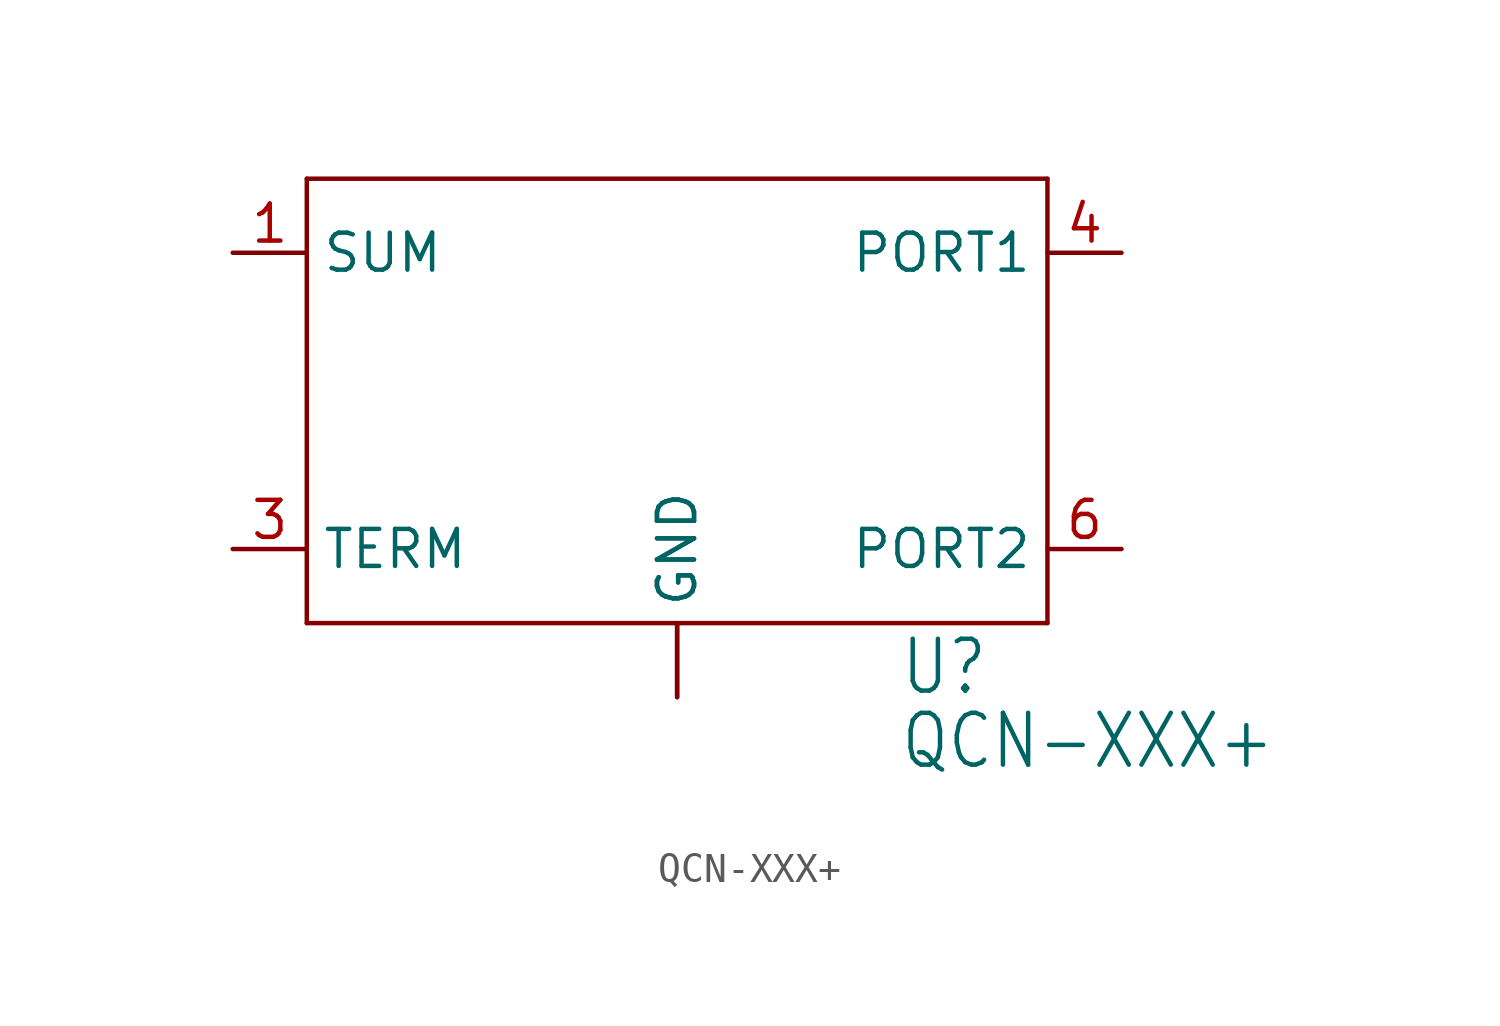
<source format=kicad_sym>
(kicad_symbol_lib
  (version 20211014)
  (generator kicad_symbol_editor)
  (symbol "QCN-XXX+"
    (property "Reference" "U"
      (at 7.62 -10.16 0)
      (effects (font (size 1.778 1.511)) (justify left bottom)))
    (property "Value" "QCN-XXX+"
      (at 7.62 -12.7 0)
      (effects (font (size 1.778 1.511)) (justify left bottom)))
    (property "ki_locked" ""
      (at 0 0 0)
      (effects (font (size 1.27 1.27))))
    (symbol "QCN-XXX+_1_0"
      (polyline (pts (xy -12.7 -7.62) (xy 12.7 -7.62)) (stroke (width 0.152) (type default) (color 0 0 0 0)) (fill (type none)))
      (polyline (pts (xy -12.7 7.62) (xy -12.7 -7.62)) (stroke (width 0.152) (type default) (color 0 0 0 0)) (fill (type none)))
      (polyline (pts (xy 12.7 -7.62) (xy 12.7 7.62)) (stroke (width 0.152) (type default) (color 0 0 0 0)) (fill (type none)))
      (polyline (pts (xy 12.7 7.62) (xy -12.7 7.62)) (stroke (width 0.152) (type default) (color 0 0 0 0)) (fill (type none)))
      (pin bidirectional line (at -15.24 5.08 0) (length 2.54) (name "SUM" (effects (font (size 1.27 1.27)))) (number "1" (effects (font (size 1.27 1.27)))))
      (pin power_in line (at 0 -10.16 90) (length 2.54) (name "GND" (effects (font (size 1.27 1.27)))) (number "2" (effects (font (size 0 0)))))
      (pin bidirectional line (at -15.24 -5.08 0) (length 2.54) (name "TERM" (effects (font (size 1.27 1.27)))) (number "3" (effects (font (size 1.27 1.27)))))
      (pin bidirectional line (at 15.24 5.08 180) (length 2.54) (name "PORT1" (effects (font (size 1.27 1.27)))) (number "4" (effects (font (size 1.27 1.27)))))
      (pin power_in line (at 0 -10.16 90) (length 2.54) (name "GND" (effects (font (size 1.27 1.27)))) (number "5" (effects (font (size 0 0)))))
      (pin bidirectional line (at 15.24 -5.08 180) (length 2.54) (name "PORT2" (effects (font (size 1.27 1.27)))) (number "6" (effects (font (size 1.27 1.27))))))))
</source>
